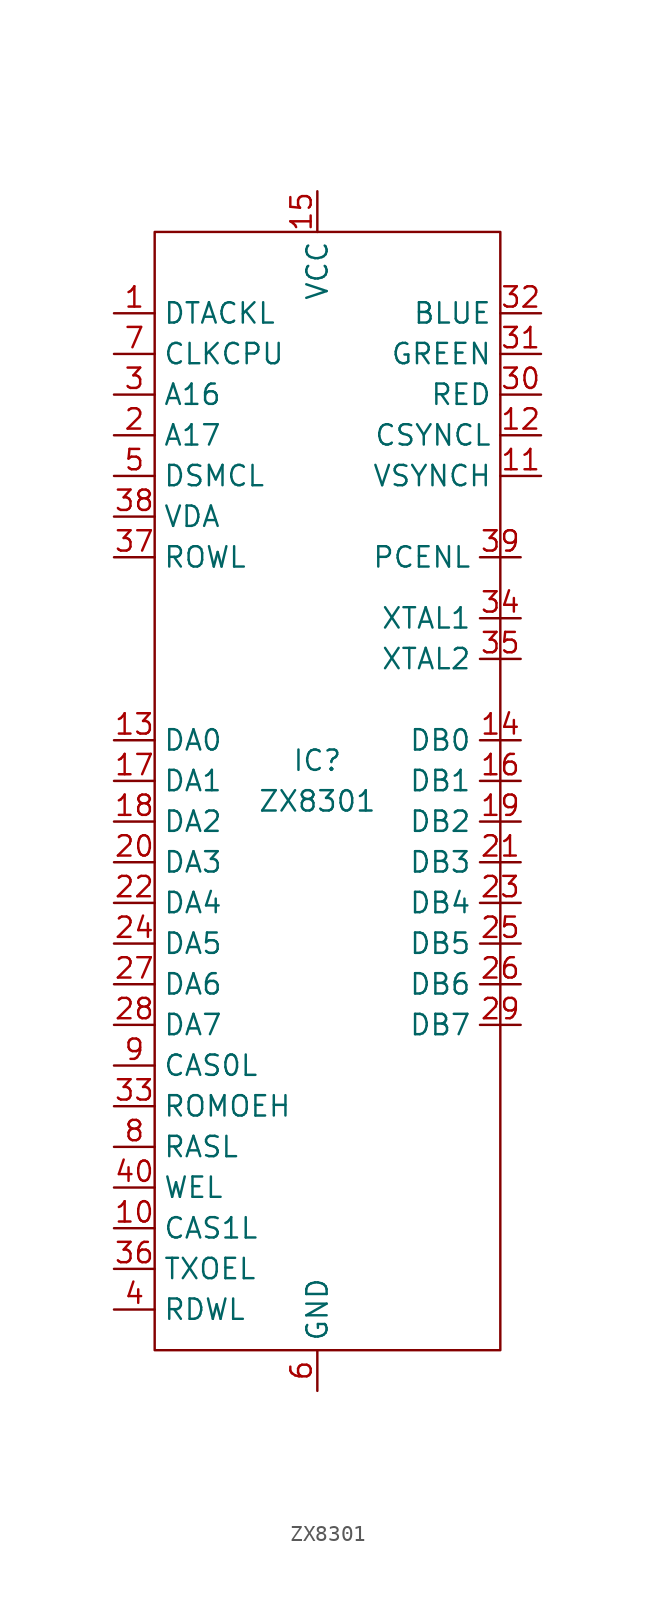
<source format=kicad_sym>
(kicad_symbol_lib
  (version 20211014)
  (generator kicad_symbol_editor)
  (symbol "ZX8301"
    (property "Reference" "IC"
      (at 0 -17.78 0)
      (effects (font (size 1.27 1.27))))
    (property "Value" "ZX8301"
      (at 0 -20.32 0)
      (effects (font (size 1.27 1.27))))
    (symbol "ZX8301_0_1"
      (rectangle (start -10.16 -54.61) (end 11.43 15.24) (stroke (width 0) (type default) (color 0 0 0 0)) (fill (type none))))
    (symbol "ZX8301_1_1"
      (pin input line (at -12.7 10.16 0) (length 2.54) (name "DTACKL" (effects (font (size 1.27 1.27)))) (number "1" (effects (font (size 1.27 1.27)))))
      (pin bidirectional line (at -12.7 -46.99 0) (length 2.54) (name "CAS1L" (effects (font (size 1.27 1.27)))) (number "10" (effects (font (size 1.27 1.27)))))
      (pin output line (at 13.97 0 180) (length 2.54) (name "VSYNCH" (effects (font (size 1.27 1.27)))) (number "11" (effects (font (size 1.27 1.27)))))
      (pin output line (at 13.97 2.54 180) (length 2.54) (name "CSYNCL" (effects (font (size 1.27 1.27)))) (number "12" (effects (font (size 1.27 1.27)))))
      (pin bidirectional line (at -12.7 -16.51 0) (length 2.54) (name "DA0" (effects (font (size 1.27 1.27)))) (number "13" (effects (font (size 1.27 1.27)))))
      (pin bidirectional line (at 12.7 -16.51 180) (length 2.54) (name "DB0" (effects (font (size 1.27 1.27)))) (number "14" (effects (font (size 1.27 1.27)))))
      (pin power_in line (at 0 17.78 270) (length 2.54) (name "VCC" (effects (font (size 1.27 1.27)))) (number "15" (effects (font (size 1.27 1.27)))))
      (pin bidirectional line (at 12.7 -19.05 180) (length 2.54) (name "DB1" (effects (font (size 1.27 1.27)))) (number "16" (effects (font (size 1.27 1.27)))))
      (pin bidirectional line (at -12.7 -19.05 0) (length 2.54) (name "DA1" (effects (font (size 1.27 1.27)))) (number "17" (effects (font (size 1.27 1.27)))))
      (pin bidirectional line (at -12.7 -21.59 0) (length 2.54) (name "DA2" (effects (font (size 1.27 1.27)))) (number "18" (effects (font (size 1.27 1.27)))))
      (pin bidirectional line (at 12.7 -21.59 180) (length 2.54) (name "DB2" (effects (font (size 1.27 1.27)))) (number "19" (effects (font (size 1.27 1.27)))))
      (pin input line (at -12.7 2.54 0) (length 2.54) (name "A17" (effects (font (size 1.27 1.27)))) (number "2" (effects (font (size 1.27 1.27)))))
      (pin bidirectional line (at -12.7 -24.13 0) (length 2.54) (name "DA3" (effects (font (size 1.27 1.27)))) (number "20" (effects (font (size 1.27 1.27)))))
      (pin bidirectional line (at 12.7 -24.13 180) (length 2.54) (name "DB3" (effects (font (size 1.27 1.27)))) (number "21" (effects (font (size 1.27 1.27)))))
      (pin bidirectional line (at -12.7 -26.67 0) (length 2.54) (name "DA4" (effects (font (size 1.27 1.27)))) (number "22" (effects (font (size 1.27 1.27)))))
      (pin bidirectional line (at 12.7 -26.67 180) (length 2.54) (name "DB4" (effects (font (size 1.27 1.27)))) (number "23" (effects (font (size 1.27 1.27)))))
      (pin bidirectional line (at -12.7 -29.21 0) (length 2.54) (name "DA5" (effects (font (size 1.27 1.27)))) (number "24" (effects (font (size 1.27 1.27)))))
      (pin bidirectional line (at 12.7 -29.21 180) (length 2.54) (name "DB5" (effects (font (size 1.27 1.27)))) (number "25" (effects (font (size 1.27 1.27)))))
      (pin bidirectional line (at 12.7 -31.75 180) (length 2.54) (name "DB6" (effects (font (size 1.27 1.27)))) (number "26" (effects (font (size 1.27 1.27)))))
      (pin bidirectional line (at -12.7 -31.75 0) (length 2.54) (name "DA6" (effects (font (size 1.27 1.27)))) (number "27" (effects (font (size 1.27 1.27)))))
      (pin bidirectional line (at -12.7 -34.29 0) (length 2.54) (name "DA7" (effects (font (size 1.27 1.27)))) (number "28" (effects (font (size 1.27 1.27)))))
      (pin bidirectional line (at 12.7 -34.29 180) (length 2.54) (name "DB7" (effects (font (size 1.27 1.27)))) (number "29" (effects (font (size 1.27 1.27)))))
      (pin input line (at -12.7 5.08 0) (length 2.54) (name "A16" (effects (font (size 1.27 1.27)))) (number "3" (effects (font (size 1.27 1.27)))))
      (pin output line (at 13.97 5.08 180) (length 2.54) (name "RED" (effects (font (size 1.27 1.27)))) (number "30" (effects (font (size 1.27 1.27)))))
      (pin output line (at 13.97 7.62 180) (length 2.54) (name "GREEN" (effects (font (size 1.27 1.27)))) (number "31" (effects (font (size 1.27 1.27)))))
      (pin output line (at 13.97 10.16 180) (length 2.54) (name "BLUE" (effects (font (size 1.27 1.27)))) (number "32" (effects (font (size 1.27 1.27)))))
      (pin bidirectional line (at -12.7 -39.37 0) (length 2.54) (name "ROMOEH" (effects (font (size 1.27 1.27)))) (number "33" (effects (font (size 1.27 1.27)))))
      (pin input line (at 12.7 -8.89 180) (length 2.54) (name "XTAL1" (effects (font (size 1.27 1.27)))) (number "34" (effects (font (size 1.27 1.27)))))
      (pin input line (at 12.7 -11.43 180) (length 2.54) (name "XTAL2" (effects (font (size 1.27 1.27)))) (number "35" (effects (font (size 1.27 1.27)))))
      (pin bidirectional line (at -12.7 -49.53 0) (length 2.54) (name "TXOEL" (effects (font (size 1.27 1.27)))) (number "36" (effects (font (size 1.27 1.27)))))
      (pin bidirectional line (at -12.7 -5.08 0) (length 2.54) (name "ROWL" (effects (font (size 1.27 1.27)))) (number "37" (effects (font (size 1.27 1.27)))))
      (pin bidirectional line (at -12.7 -2.54 0) (length 2.54) (name "VDA" (effects (font (size 1.27 1.27)))) (number "38" (effects (font (size 1.27 1.27)))))
      (pin bidirectional line (at 12.7 -5.08 180) (length 2.54) (name "PCENL" (effects (font (size 1.27 1.27)))) (number "39" (effects (font (size 1.27 1.27)))))
      (pin bidirectional line (at -12.7 -52.07 0) (length 2.54) (name "RDWL" (effects (font (size 1.27 1.27)))) (number "4" (effects (font (size 1.27 1.27)))))
      (pin bidirectional line (at -12.7 -44.45 0) (length 2.54) (name "WEL" (effects (font (size 1.27 1.27)))) (number "40" (effects (font (size 1.27 1.27)))))
      (pin bidirectional line (at -12.7 0 0) (length 2.54) (name "DSMCL" (effects (font (size 1.27 1.27)))) (number "5" (effects (font (size 1.27 1.27)))))
      (pin power_in line (at 0 -57.15 90) (length 2.54) (name "GND" (effects (font (size 1.27 1.27)))) (number "6" (effects (font (size 1.27 1.27)))))
      (pin output line (at -12.7 7.62 0) (length 2.54) (name "CLKCPU" (effects (font (size 1.27 1.27)))) (number "7" (effects (font (size 1.27 1.27)))))
      (pin bidirectional line (at -12.7 -41.91 0) (length 2.54) (name "RASL" (effects (font (size 1.27 1.27)))) (number "8" (effects (font (size 1.27 1.27)))))
      (pin bidirectional line (at -12.7 -36.83 0) (length 2.54) (name "CAS0L" (effects (font (size 1.27 1.27)))) (number "9" (effects (font (size 1.27 1.27))))))))
</source>
